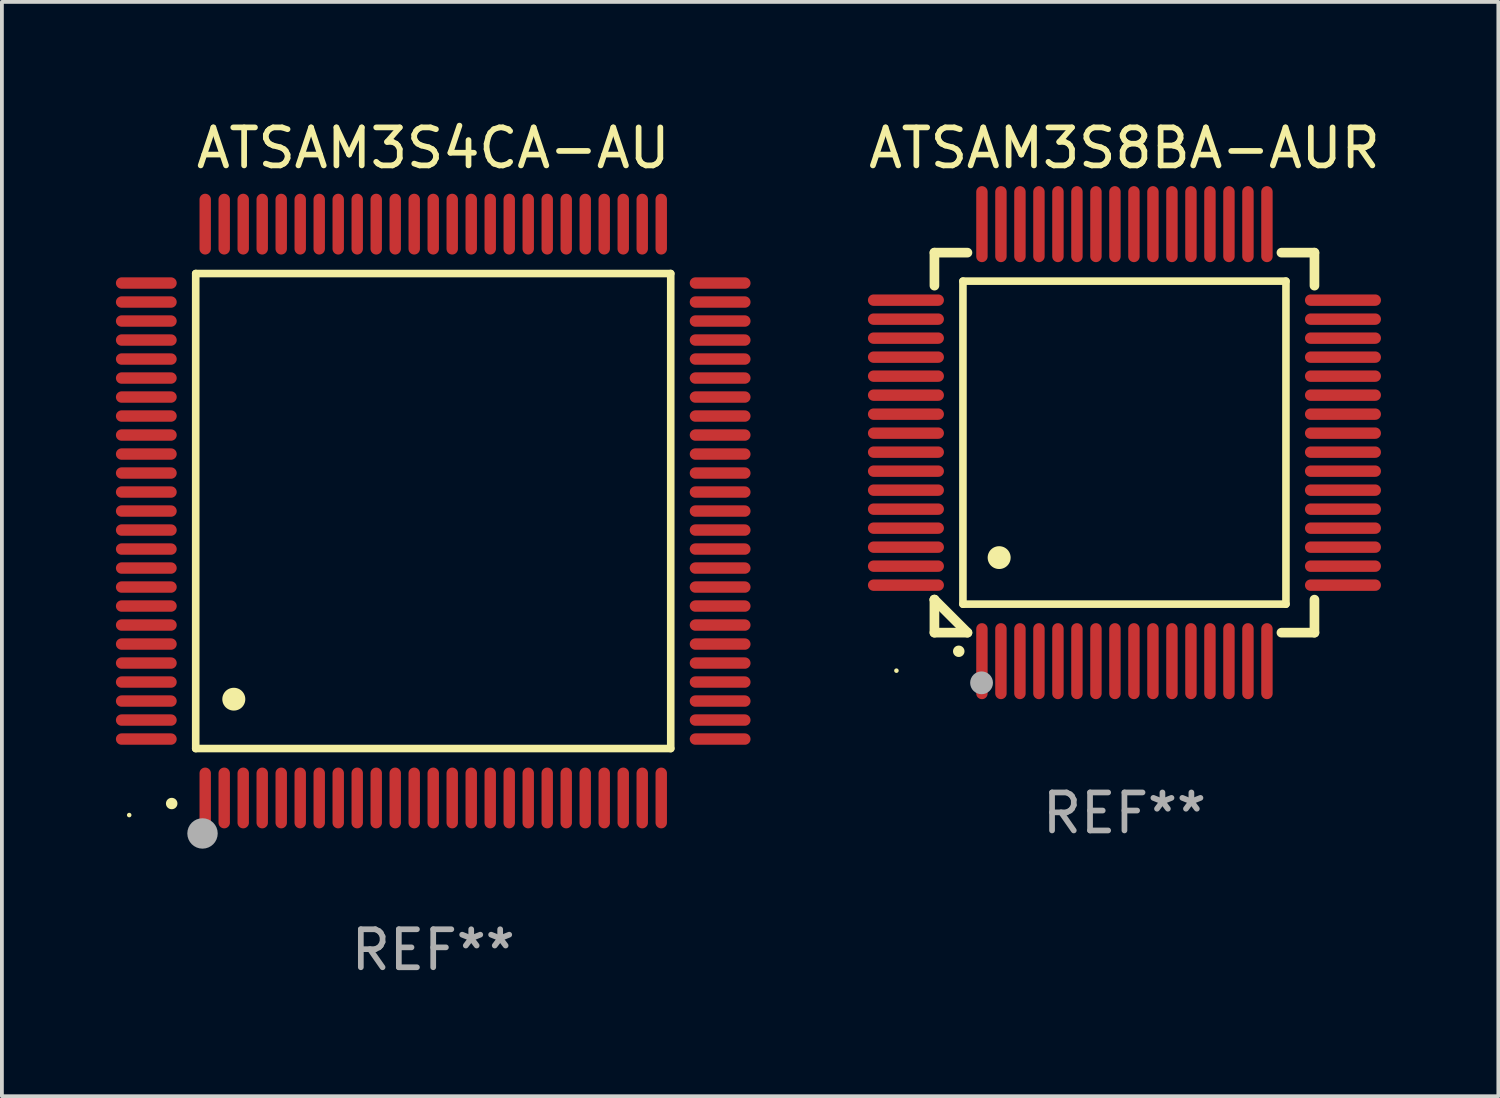
<source format=kicad_pcb>
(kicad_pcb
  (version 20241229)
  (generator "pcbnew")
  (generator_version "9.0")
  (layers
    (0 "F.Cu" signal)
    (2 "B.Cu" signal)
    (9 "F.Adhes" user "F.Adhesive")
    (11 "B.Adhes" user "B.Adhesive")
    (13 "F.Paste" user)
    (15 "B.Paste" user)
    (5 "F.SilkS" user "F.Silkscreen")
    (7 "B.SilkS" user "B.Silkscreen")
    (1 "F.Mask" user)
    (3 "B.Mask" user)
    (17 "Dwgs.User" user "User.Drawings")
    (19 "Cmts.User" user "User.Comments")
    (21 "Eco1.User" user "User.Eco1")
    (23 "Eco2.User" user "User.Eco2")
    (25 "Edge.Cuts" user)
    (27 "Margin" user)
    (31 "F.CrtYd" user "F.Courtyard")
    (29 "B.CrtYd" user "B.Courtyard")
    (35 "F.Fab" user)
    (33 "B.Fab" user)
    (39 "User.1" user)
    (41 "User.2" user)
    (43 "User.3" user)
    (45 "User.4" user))
  (footprint "ATSAM3S8BA-AUR"
    (layer "F.Cu")
    (at 26.539 8.598)
    (property "Reference" "ATSAM3S8BA-AUR" (at 0 -7.75 0) (layer "F.SilkS") (effects (font (size 1 1) (thickness 0.15))))
    (attr through_hole)
    (fp_line (start -5 -5) (end -4.131 -5) (stroke (width 0.254) (type solid)) (layer "F.SilkS"))
    (fp_line (start -5 -4.131) (end -5 -5) (stroke (width 0.254) (type solid)) (layer "F.SilkS"))
    (fp_line (start -5 4.131) (end -5 4.131) (stroke (width 0.254) (type solid)) (layer "F.SilkS"))
    (fp_line (start -5 5) (end -5 4.131) (stroke (width 0.254) (type solid)) (layer "F.SilkS"))
    (fp_line (start -5 4.131) (end -4.131 5) (stroke (width 0.254) (type solid)) (layer "F.SilkS"))
    (fp_line (start -4.25 -4.25) (end -4.25 4.25) (stroke (width 0.2) (type solid)) (layer "F.SilkS"))
    (fp_line (start -4.25 4.25) (end 4.25 4.25) (stroke (width 0.2) (type solid)) (layer "F.SilkS"))
    (fp_line (start -4.131 5) (end -5 5) (stroke (width 0.254) (type solid)) (layer "F.SilkS"))
    (fp_line (start 4.25 -4.25) (end -4.25 -4.25) (stroke (width 0.2) (type solid)) (layer "F.SilkS"))
    (fp_line (start 4.25 4.25) (end 4.25 -4.25) (stroke (width 0.2) (type solid)) (layer "F.SilkS"))
    (fp_line (start 5 -5) (end 4.131 -5) (stroke (width 0.254) (type solid)) (layer "F.SilkS"))
    (fp_line (start 5 -5) (end 5 -4.131) (stroke (width 0.254) (type solid)) (layer "F.SilkS"))
    (fp_line (start 5 4.131) (end 5 5) (stroke (width 0.254) (type solid)) (layer "F.SilkS"))
    (fp_line (start 5 5) (end 4.131 5) (stroke (width 0.254) (type solid)) (layer "F.SilkS"))
    (fp_arc (start -4.361265 5.489992) (mid -4.359995 5.489987) (end -4.358725 5.489992) (stroke (width 0.3) (type solid)) (layer "F.SilkS"))
    (fp_arc (start -3.299467 3.025146) (mid -3.296927 3.025135) (end -3.294387 3.025146) (stroke (width 0.6) (type solid)) (layer "F.SilkS"))
    (fp_circle (center -6 6) (end -5.97 6) (stroke (width 0.06) (type solid)) (fill no) (layer "F.SilkS"))
    (fp_circle (center -3.76 6.32) (end -3.61 6.32) (stroke (width 0.3) (type solid)) (fill no) (layer "F.Fab"))
    (fp_text user "REF**" (at 0 9.75 0) (layer "F.Fab") (effects (font (size 1 1) (thickness 0.15))))
    (pad "1" smd oval (at -3.75 5.75) (size 0.3 2) (layers "F.Cu" "F.Mask" "F.Paste"))
    (pad "2" smd oval (at -3.25 5.75) (size 0.3 2) (layers "F.Cu" "F.Mask" "F.Paste"))
    (pad "3" smd oval (at -2.75 5.75) (size 0.3 2) (layers "F.Cu" "F.Mask" "F.Paste"))
    (pad "4" smd oval (at -2.25 5.75) (size 0.3 2) (layers "F.Cu" "F.Mask" "F.Paste"))
    (pad "5" smd oval (at -1.75 5.75) (size 0.3 2) (layers "F.Cu" "F.Mask" "F.Paste"))
    (pad "6" smd oval (at -1.25 5.75) (size 0.3 2) (layers "F.Cu" "F.Mask" "F.Paste"))
    (pad "7" smd oval (at -0.75 5.75) (size 0.3 2) (layers "F.Cu" "F.Mask" "F.Paste"))
    (pad "8" smd oval (at -0.25 5.75) (size 0.3 2) (layers "F.Cu" "F.Mask" "F.Paste"))
    (pad "9" smd oval (at 0.25 5.75) (size 0.3 2) (layers "F.Cu" "F.Mask" "F.Paste"))
    (pad "10" smd oval (at 0.75 5.75) (size 0.3 2) (layers "F.Cu" "F.Mask" "F.Paste"))
    (pad "11" smd oval (at 1.25 5.75) (size 0.3 2) (layers "F.Cu" "F.Mask" "F.Paste"))
    (pad "12" smd oval (at 1.75 5.75) (size 0.3 2) (layers "F.Cu" "F.Mask" "F.Paste"))
    (pad "13" smd oval (at 2.25 5.75) (size 0.3 2) (layers "F.Cu" "F.Mask" "F.Paste"))
    (pad "14" smd oval (at 2.75 5.75) (size 0.3 2) (layers "F.Cu" "F.Mask" "F.Paste"))
    (pad "15" smd oval (at 3.25 5.75) (size 0.3 2) (layers "F.Cu" "F.Mask" "F.Paste"))
    (pad "16" smd oval (at 3.75 5.75) (size 0.3 2) (layers "F.Cu" "F.Mask" "F.Paste"))
    (pad "17" smd oval (at 5.75 3.75) (size 2 0.3) (layers "F.Cu" "F.Mask" "F.Paste"))
    (pad "18" smd oval (at 5.75 3.25) (size 2 0.3) (layers "F.Cu" "F.Mask" "F.Paste"))
    (pad "19" smd oval (at 5.75 2.75) (size 2 0.3) (layers "F.Cu" "F.Mask" "F.Paste"))
    (pad "20" smd oval (at 5.75 2.25) (size 2 0.3) (layers "F.Cu" "F.Mask" "F.Paste"))
    (pad "21" smd oval (at 5.75 1.75) (size 2 0.3) (layers "F.Cu" "F.Mask" "F.Paste"))
    (pad "22" smd oval (at 5.75 1.25) (size 2 0.3) (layers "F.Cu" "F.Mask" "F.Paste"))
    (pad "23" smd oval (at 5.75 0.75) (size 2 0.3) (layers "F.Cu" "F.Mask" "F.Paste"))
    (pad "24" smd oval (at 5.75 0.25) (size 2 0.3) (layers "F.Cu" "F.Mask" "F.Paste"))
    (pad "25" smd oval (at 5.75 -0.25) (size 2 0.3) (layers "F.Cu" "F.Mask" "F.Paste"))
    (pad "26" smd oval (at 5.75 -0.75) (size 2 0.3) (layers "F.Cu" "F.Mask" "F.Paste"))
    (pad "27" smd oval (at 5.75 -1.25) (size 2 0.3) (layers "F.Cu" "F.Mask" "F.Paste"))
    (pad "28" smd oval (at 5.75 -1.75) (size 2 0.3) (layers "F.Cu" "F.Mask" "F.Paste"))
    (pad "29" smd oval (at 5.75 -2.25) (size 2 0.3) (layers "F.Cu" "F.Mask" "F.Paste"))
    (pad "30" smd oval (at 5.75 -2.75) (size 2 0.3) (layers "F.Cu" "F.Mask" "F.Paste"))
    (pad "31" smd oval (at 5.75 -3.25) (size 2 0.3) (layers "F.Cu" "F.Mask" "F.Paste"))
    (pad "32" smd oval (at 5.75 -3.75) (size 2 0.3) (layers "F.Cu" "F.Mask" "F.Paste"))
    (pad "33" smd oval (at 3.75 -5.75) (size 0.3 2) (layers "F.Cu" "F.Mask" "F.Paste"))
    (pad "34" smd oval (at 3.25 -5.75) (size 0.3 2) (layers "F.Cu" "F.Mask" "F.Paste"))
    (pad "35" smd oval (at 2.75 -5.75) (size 0.3 2) (layers "F.Cu" "F.Mask" "F.Paste"))
    (pad "36" smd oval (at 2.25 -5.75) (size 0.3 2) (layers "F.Cu" "F.Mask" "F.Paste"))
    (pad "37" smd oval (at 1.75 -5.75) (size 0.3 2) (layers "F.Cu" "F.Mask" "F.Paste"))
    (pad "38" smd oval (at 1.25 -5.75) (size 0.3 2) (layers "F.Cu" "F.Mask" "F.Paste"))
    (pad "39" smd oval (at 0.75 -5.75) (size 0.3 2) (layers "F.Cu" "F.Mask" "F.Paste"))
    (pad "40" smd oval (at 0.25 -5.75) (size 0.3 2) (layers "F.Cu" "F.Mask" "F.Paste"))
    (pad "41" smd oval (at -0.25 -5.75) (size 0.3 2) (layers "F.Cu" "F.Mask" "F.Paste"))
    (pad "42" smd oval (at -0.75 -5.75) (size 0.3 2) (layers "F.Cu" "F.Mask" "F.Paste"))
    (pad "43" smd oval (at -1.25 -5.75) (size 0.3 2) (layers "F.Cu" "F.Mask" "F.Paste"))
    (pad "44" smd oval (at -1.75 -5.75) (size 0.3 2) (layers "F.Cu" "F.Mask" "F.Paste"))
    (pad "45" smd oval (at -2.25 -5.75) (size 0.3 2) (layers "F.Cu" "F.Mask" "F.Paste"))
    (pad "46" smd oval (at -2.75 -5.75) (size 0.3 2) (layers "F.Cu" "F.Mask" "F.Paste"))
    (pad "47" smd oval (at -3.25 -5.75) (size 0.3 2) (layers "F.Cu" "F.Mask" "F.Paste"))
    (pad "48" smd oval (at -3.75 -5.75) (size 0.3 2) (layers "F.Cu" "F.Mask" "F.Paste"))
    (pad "49" smd oval (at -5.75 -3.75) (size 2 0.3) (layers "F.Cu" "F.Mask" "F.Paste"))
    (pad "50" smd oval (at -5.75 -3.25) (size 2 0.3) (layers "F.Cu" "F.Mask" "F.Paste"))
    (pad "51" smd oval (at -5.75 -2.75) (size 2 0.3) (layers "F.Cu" "F.Mask" "F.Paste"))
    (pad "52" smd oval (at -5.75 -2.25) (size 2 0.3) (layers "F.Cu" "F.Mask" "F.Paste"))
    (pad "53" smd oval (at -5.75 -1.75) (size 2 0.3) (layers "F.Cu" "F.Mask" "F.Paste"))
    (pad "54" smd oval (at -5.75 -1.25) (size 2 0.3) (layers "F.Cu" "F.Mask" "F.Paste"))
    (pad "55" smd oval (at -5.75 -0.75) (size 2 0.3) (layers "F.Cu" "F.Mask" "F.Paste"))
    (pad "56" smd oval (at -5.75 -0.25) (size 2 0.3) (layers "F.Cu" "F.Mask" "F.Paste"))
    (pad "57" smd oval (at -5.75 0.25) (size 2 0.3) (layers "F.Cu" "F.Mask" "F.Paste"))
    (pad "58" smd oval (at -5.75 0.75) (size 2 0.3) (layers "F.Cu" "F.Mask" "F.Paste"))
    (pad "59" smd oval (at -5.75 1.25) (size 2 0.3) (layers "F.Cu" "F.Mask" "F.Paste"))
    (pad "60" smd oval (at -5.75 1.75) (size 2 0.3) (layers "F.Cu" "F.Mask" "F.Paste"))
    (pad "61" smd oval (at -5.75 2.25) (size 2 0.3) (layers "F.Cu" "F.Mask" "F.Paste"))
    (pad "62" smd oval (at -5.75 2.75) (size 2 0.3) (layers "F.Cu" "F.Mask" "F.Paste"))
    (pad "63" smd oval (at -5.75 3.25) (size 2 0.3) (layers "F.Cu" "F.Mask" "F.Paste"))
    (pad "64" smd oval (at -5.75 3.75) (size 2 0.3) (layers "F.Cu" "F.Mask" "F.Paste")))
  (footprint "ATSAM3S4CA-AU"
    (layer "F.Cu")
    (at 8.35 10.398)
    (property "Reference" "ATSAM3S4CA-AU" (at 0 -9.55 0) (layer "F.SilkS") (effects (font (size 1 1) (thickness 0.15))))
    (attr through_hole)
    (fp_line (start -6.25 -6.25) (end -6.25 6.25) (stroke (width 0.2) (type solid)) (layer "F.SilkS"))
    (fp_line (start -6.25 6.25) (end 6.25 6.25) (stroke (width 0.2) (type solid)) (layer "F.SilkS"))
    (fp_line (start 6.25 -6.25) (end -6.25 -6.25) (stroke (width 0.2) (type solid)) (layer "F.SilkS"))
    (fp_line (start 6.25 6.25) (end 6.25 -6.25) (stroke (width 0.2) (type solid)) (layer "F.SilkS"))
    (fp_arc (start -6.883414 7.696215) (mid -6.882144 7.69621) (end -6.880874 7.696215) (stroke (width 0.3) (type solid)) (layer "F.SilkS"))
    (fp_arc (start -5.250191 4.95047) (mid -5.247651 4.950459) (end -5.245111 4.95047) (stroke (width 0.6) (type solid)) (layer "F.SilkS"))
    (fp_circle (center -8 8) (end -7.97 8) (stroke (width 0.06) (type solid)) (fill no) (layer "F.SilkS"))
    (fp_circle (center -6.071 8.484) (end -5.871 8.484) (stroke (width 0.4) (type solid)) (fill no) (layer "F.Fab"))
    (fp_text user "REF**" (at 0 11.55 0) (layer "F.Fab") (effects (font (size 1 1) (thickness 0.15))))
    (pad "1" smd oval (at -6 7.55) (size 0.3 1.6) (layers "F.Cu" "F.Mask" "F.Paste"))
    (pad "2" smd oval (at -5.5 7.55) (size 0.3 1.6) (layers "F.Cu" "F.Mask" "F.Paste"))
    (pad "3" smd oval (at -5 7.55) (size 0.3 1.6) (layers "F.Cu" "F.Mask" "F.Paste"))
    (pad "4" smd oval (at -4.5 7.55) (size 0.3 1.6) (layers "F.Cu" "F.Mask" "F.Paste"))
    (pad "5" smd oval (at -4 7.55) (size 0.3 1.6) (layers "F.Cu" "F.Mask" "F.Paste"))
    (pad "6" smd oval (at -3.5 7.55) (size 0.3 1.6) (layers "F.Cu" "F.Mask" "F.Paste"))
    (pad "7" smd oval (at -3 7.55) (size 0.3 1.6) (layers "F.Cu" "F.Mask" "F.Paste"))
    (pad "8" smd oval (at -2.5 7.55) (size 0.3 1.6) (layers "F.Cu" "F.Mask" "F.Paste"))
    (pad "9" smd oval (at -2 7.55) (size 0.3 1.6) (layers "F.Cu" "F.Mask" "F.Paste"))
    (pad "10" smd oval (at -1.5 7.55) (size 0.3 1.6) (layers "F.Cu" "F.Mask" "F.Paste"))
    (pad "11" smd oval (at -1 7.55) (size 0.3 1.6) (layers "F.Cu" "F.Mask" "F.Paste"))
    (pad "12" smd oval (at -0.5 7.55) (size 0.3 1.6) (layers "F.Cu" "F.Mask" "F.Paste"))
    (pad "13" smd oval (at 0 7.55) (size 0.3 1.6) (layers "F.Cu" "F.Mask" "F.Paste"))
    (pad "14" smd oval (at 0.5 7.55) (size 0.3 1.6) (layers "F.Cu" "F.Mask" "F.Paste"))
    (pad "15" smd oval (at 1 7.55) (size 0.3 1.6) (layers "F.Cu" "F.Mask" "F.Paste"))
    (pad "16" smd oval (at 1.5 7.55) (size 0.3 1.6) (layers "F.Cu" "F.Mask" "F.Paste"))
    (pad "17" smd oval (at 2 7.55) (size 0.3 1.6) (layers "F.Cu" "F.Mask" "F.Paste"))
    (pad "18" smd oval (at 2.5 7.55) (size 0.3 1.6) (layers "F.Cu" "F.Mask" "F.Paste"))
    (pad "19" smd oval (at 3 7.55) (size 0.3 1.6) (layers "F.Cu" "F.Mask" "F.Paste"))
    (pad "20" smd oval (at 3.5 7.55) (size 0.3 1.6) (layers "F.Cu" "F.Mask" "F.Paste"))
    (pad "21" smd oval (at 4 7.55) (size 0.3 1.6) (layers "F.Cu" "F.Mask" "F.Paste"))
    (pad "22" smd oval (at 4.5 7.55) (size 0.3 1.6) (layers "F.Cu" "F.Mask" "F.Paste"))
    (pad "23" smd oval (at 5 7.55) (size 0.3 1.6) (layers "F.Cu" "F.Mask" "F.Paste"))
    (pad "24" smd oval (at 5.5 7.55) (size 0.3 1.6) (layers "F.Cu" "F.Mask" "F.Paste"))
    (pad "25" smd oval (at 6 7.55) (size 0.3 1.6) (layers "F.Cu" "F.Mask" "F.Paste"))
    (pad "26" smd oval (at 7.55 6) (size 1.6 0.3) (layers "F.Cu" "F.Mask" "F.Paste"))
    (pad "27" smd oval (at 7.55 5.5) (size 1.6 0.3) (layers "F.Cu" "F.Mask" "F.Paste"))
    (pad "28" smd oval (at 7.55 5) (size 1.6 0.3) (layers "F.Cu" "F.Mask" "F.Paste"))
    (pad "29" smd oval (at 7.55 4.5) (size 1.6 0.3) (layers "F.Cu" "F.Mask" "F.Paste"))
    (pad "30" smd oval (at 7.55 4) (size 1.6 0.3) (layers "F.Cu" "F.Mask" "F.Paste"))
    (pad "31" smd oval (at 7.55 3.5) (size 1.6 0.3) (layers "F.Cu" "F.Mask" "F.Paste"))
    (pad "32" smd oval (at 7.55 3) (size 1.6 0.3) (layers "F.Cu" "F.Mask" "F.Paste"))
    (pad "33" smd oval (at 7.55 2.5) (size 1.6 0.3) (layers "F.Cu" "F.Mask" "F.Paste"))
    (pad "34" smd oval (at 7.55 2) (size 1.6 0.3) (layers "F.Cu" "F.Mask" "F.Paste"))
    (pad "35" smd oval (at 7.55 1.5) (size 1.6 0.3) (layers "F.Cu" "F.Mask" "F.Paste"))
    (pad "36" smd oval (at 7.55 1) (size 1.6 0.3) (layers "F.Cu" "F.Mask" "F.Paste"))
    (pad "37" smd oval (at 7.55 0.5) (size 1.6 0.3) (layers "F.Cu" "F.Mask" "F.Paste"))
    (pad "38" smd oval (at 7.55 0) (size 1.6 0.3) (layers "F.Cu" "F.Mask" "F.Paste"))
    (pad "39" smd oval (at 7.55 -0.5) (size 1.6 0.3) (layers "F.Cu" "F.Mask" "F.Paste"))
    (pad "40" smd oval (at 7.55 -1) (size 1.6 0.3) (layers "F.Cu" "F.Mask" "F.Paste"))
    (pad "41" smd oval (at 7.55 -1.5) (size 1.6 0.3) (layers "F.Cu" "F.Mask" "F.Paste"))
    (pad "42" smd oval (at 7.55 -2) (size 1.6 0.3) (layers "F.Cu" "F.Mask" "F.Paste"))
    (pad "43" smd oval (at 7.55 -2.5) (size 1.6 0.3) (layers "F.Cu" "F.Mask" "F.Paste"))
    (pad "44" smd oval (at 7.55 -3) (size 1.6 0.3) (layers "F.Cu" "F.Mask" "F.Paste"))
    (pad "45" smd oval (at 7.55 -3.5) (size 1.6 0.3) (layers "F.Cu" "F.Mask" "F.Paste"))
    (pad "46" smd oval (at 7.55 -4) (size 1.6 0.3) (layers "F.Cu" "F.Mask" "F.Paste"))
    (pad "47" smd oval (at 7.55 -4.5) (size 1.6 0.3) (layers "F.Cu" "F.Mask" "F.Paste"))
    (pad "48" smd oval (at 7.55 -5) (size 1.6 0.3) (layers "F.Cu" "F.Mask" "F.Paste"))
    (pad "49" smd oval (at 7.55 -5.5) (size 1.6 0.3) (layers "F.Cu" "F.Mask" "F.Paste"))
    (pad "50" smd oval (at 7.55 -6) (size 1.6 0.3) (layers "F.Cu" "F.Mask" "F.Paste"))
    (pad "51" smd oval (at 6 -7.55) (size 0.3 1.6) (layers "F.Cu" "F.Mask" "F.Paste"))
    (pad "52" smd oval (at 5.5 -7.55) (size 0.3 1.6) (layers "F.Cu" "F.Mask" "F.Paste"))
    (pad "53" smd oval (at 5 -7.55) (size 0.3 1.6) (layers "F.Cu" "F.Mask" "F.Paste"))
    (pad "54" smd oval (at 4.5 -7.55) (size 0.3 1.6) (layers "F.Cu" "F.Mask" "F.Paste"))
    (pad "55" smd oval (at 4 -7.55) (size 0.3 1.6) (layers "F.Cu" "F.Mask" "F.Paste"))
    (pad "56" smd oval (at 3.5 -7.55) (size 0.3 1.6) (layers "F.Cu" "F.Mask" "F.Paste"))
    (pad "57" smd oval (at 3 -7.55) (size 0.3 1.6) (layers "F.Cu" "F.Mask" "F.Paste"))
    (pad "58" smd oval (at 2.5 -7.55) (size 0.3 1.6) (layers "F.Cu" "F.Mask" "F.Paste"))
    (pad "59" smd oval (at 2 -7.55) (size 0.3 1.6) (layers "F.Cu" "F.Mask" "F.Paste"))
    (pad "60" smd oval (at 1.5 -7.55) (size 0.3 1.6) (layers "F.Cu" "F.Mask" "F.Paste"))
    (pad "61" smd oval (at 1 -7.55) (size 0.3 1.6) (layers "F.Cu" "F.Mask" "F.Paste"))
    (pad "62" smd oval (at 0.5 -7.55) (size 0.3 1.6) (layers "F.Cu" "F.Mask" "F.Paste"))
    (pad "63" smd oval (at 0 -7.55) (size 0.3 1.6) (layers "F.Cu" "F.Mask" "F.Paste"))
    (pad "64" smd oval (at -0.5 -7.55) (size 0.3 1.6) (layers "F.Cu" "F.Mask" "F.Paste"))
    (pad "65" smd oval (at -1 -7.55) (size 0.3 1.6) (layers "F.Cu" "F.Mask" "F.Paste"))
    (pad "66" smd oval (at -1.5 -7.55) (size 0.3 1.6) (layers "F.Cu" "F.Mask" "F.Paste"))
    (pad "67" smd oval (at -2 -7.55) (size 0.3 1.6) (layers "F.Cu" "F.Mask" "F.Paste"))
    (pad "68" smd oval (at -2.5 -7.55) (size 0.3 1.6) (layers "F.Cu" "F.Mask" "F.Paste"))
    (pad "69" smd oval (at -3 -7.55) (size 0.3 1.6) (layers "F.Cu" "F.Mask" "F.Paste"))
    (pad "70" smd oval (at -3.5 -7.55) (size 0.3 1.6) (layers "F.Cu" "F.Mask" "F.Paste"))
    (pad "71" smd oval (at -4 -7.55) (size 0.3 1.6) (layers "F.Cu" "F.Mask" "F.Paste"))
    (pad "72" smd oval (at -4.5 -7.55) (size 0.3 1.6) (layers "F.Cu" "F.Mask" "F.Paste"))
    (pad "73" smd oval (at -5 -7.55) (size 0.3 1.6) (layers "F.Cu" "F.Mask" "F.Paste"))
    (pad "74" smd oval (at -5.5 -7.55) (size 0.3 1.6) (layers "F.Cu" "F.Mask" "F.Paste"))
    (pad "75" smd oval (at -6 -7.55) (size 0.3 1.6) (layers "F.Cu" "F.Mask" "F.Paste"))
    (pad "76" smd oval (at -7.55 -6) (size 1.6 0.3) (layers "F.Cu" "F.Mask" "F.Paste"))
    (pad "77" smd oval (at -7.55 -5.5) (size 1.6 0.3) (layers "F.Cu" "F.Mask" "F.Paste"))
    (pad "78" smd oval (at -7.55 -5) (size 1.6 0.3) (layers "F.Cu" "F.Mask" "F.Paste"))
    (pad "79" smd oval (at -7.55 -4.5) (size 1.6 0.3) (layers "F.Cu" "F.Mask" "F.Paste"))
    (pad "80" smd oval (at -7.55 -4) (size 1.6 0.3) (layers "F.Cu" "F.Mask" "F.Paste"))
    (pad "81" smd oval (at -7.55 -3.5) (size 1.6 0.3) (layers "F.Cu" "F.Mask" "F.Paste"))
    (pad "82" smd oval (at -7.55 -3) (size 1.6 0.3) (layers "F.Cu" "F.Mask" "F.Paste"))
    (pad "83" smd oval (at -7.55 -2.5) (size 1.6 0.3) (layers "F.Cu" "F.Mask" "F.Paste"))
    (pad "84" smd oval (at -7.55 -2) (size 1.6 0.3) (layers "F.Cu" "F.Mask" "F.Paste"))
    (pad "85" smd oval (at -7.55 -1.5) (size 1.6 0.3) (layers "F.Cu" "F.Mask" "F.Paste"))
    (pad "86" smd oval (at -7.55 -1) (size 1.6 0.3) (layers "F.Cu" "F.Mask" "F.Paste"))
    (pad "87" smd oval (at -7.55 -0.5) (size 1.6 0.3) (layers "F.Cu" "F.Mask" "F.Paste"))
    (pad "88" smd oval (at -7.55 0) (size 1.6 0.3) (layers "F.Cu" "F.Mask" "F.Paste"))
    (pad "89" smd oval (at -7.55 0.5) (size 1.6 0.3) (layers "F.Cu" "F.Mask" "F.Paste"))
    (pad "90" smd oval (at -7.55 1) (size 1.6 0.3) (layers "F.Cu" "F.Mask" "F.Paste"))
    (pad "91" smd oval (at -7.55 1.5) (size 1.6 0.3) (layers "F.Cu" "F.Mask" "F.Paste"))
    (pad "92" smd oval (at -7.55 2) (size 1.6 0.3) (layers "F.Cu" "F.Mask" "F.Paste"))
    (pad "93" smd oval (at -7.55 2.5) (size 1.6 0.3) (layers "F.Cu" "F.Mask" "F.Paste"))
    (pad "94" smd oval (at -7.55 3) (size 1.6 0.3) (layers "F.Cu" "F.Mask" "F.Paste"))
    (pad "95" smd oval (at -7.55 3.5) (size 1.6 0.3) (layers "F.Cu" "F.Mask" "F.Paste"))
    (pad "96" smd oval (at -7.55 4) (size 1.6 0.3) (layers "F.Cu" "F.Mask" "F.Paste"))
    (pad "97" smd oval (at -7.55 4.5) (size 1.6 0.3) (layers "F.Cu" "F.Mask" "F.Paste"))
    (pad "98" smd oval (at -7.55 5) (size 1.6 0.3) (layers "F.Cu" "F.Mask" "F.Paste"))
    (pad "99" smd oval (at -7.55 5.5) (size 1.6 0.3) (layers "F.Cu" "F.Mask" "F.Paste"))
    (pad "100" smd oval (at -7.55 6) (size 1.6 0.3) (layers "F.Cu" "F.Mask" "F.Paste")))
  (gr_rect
    (start -3 -3)
    (end 36.378 25.796)
    (stroke (width 0.1) (type default))
    (fill no)
    (layer "Edge.Cuts")))
</source>
